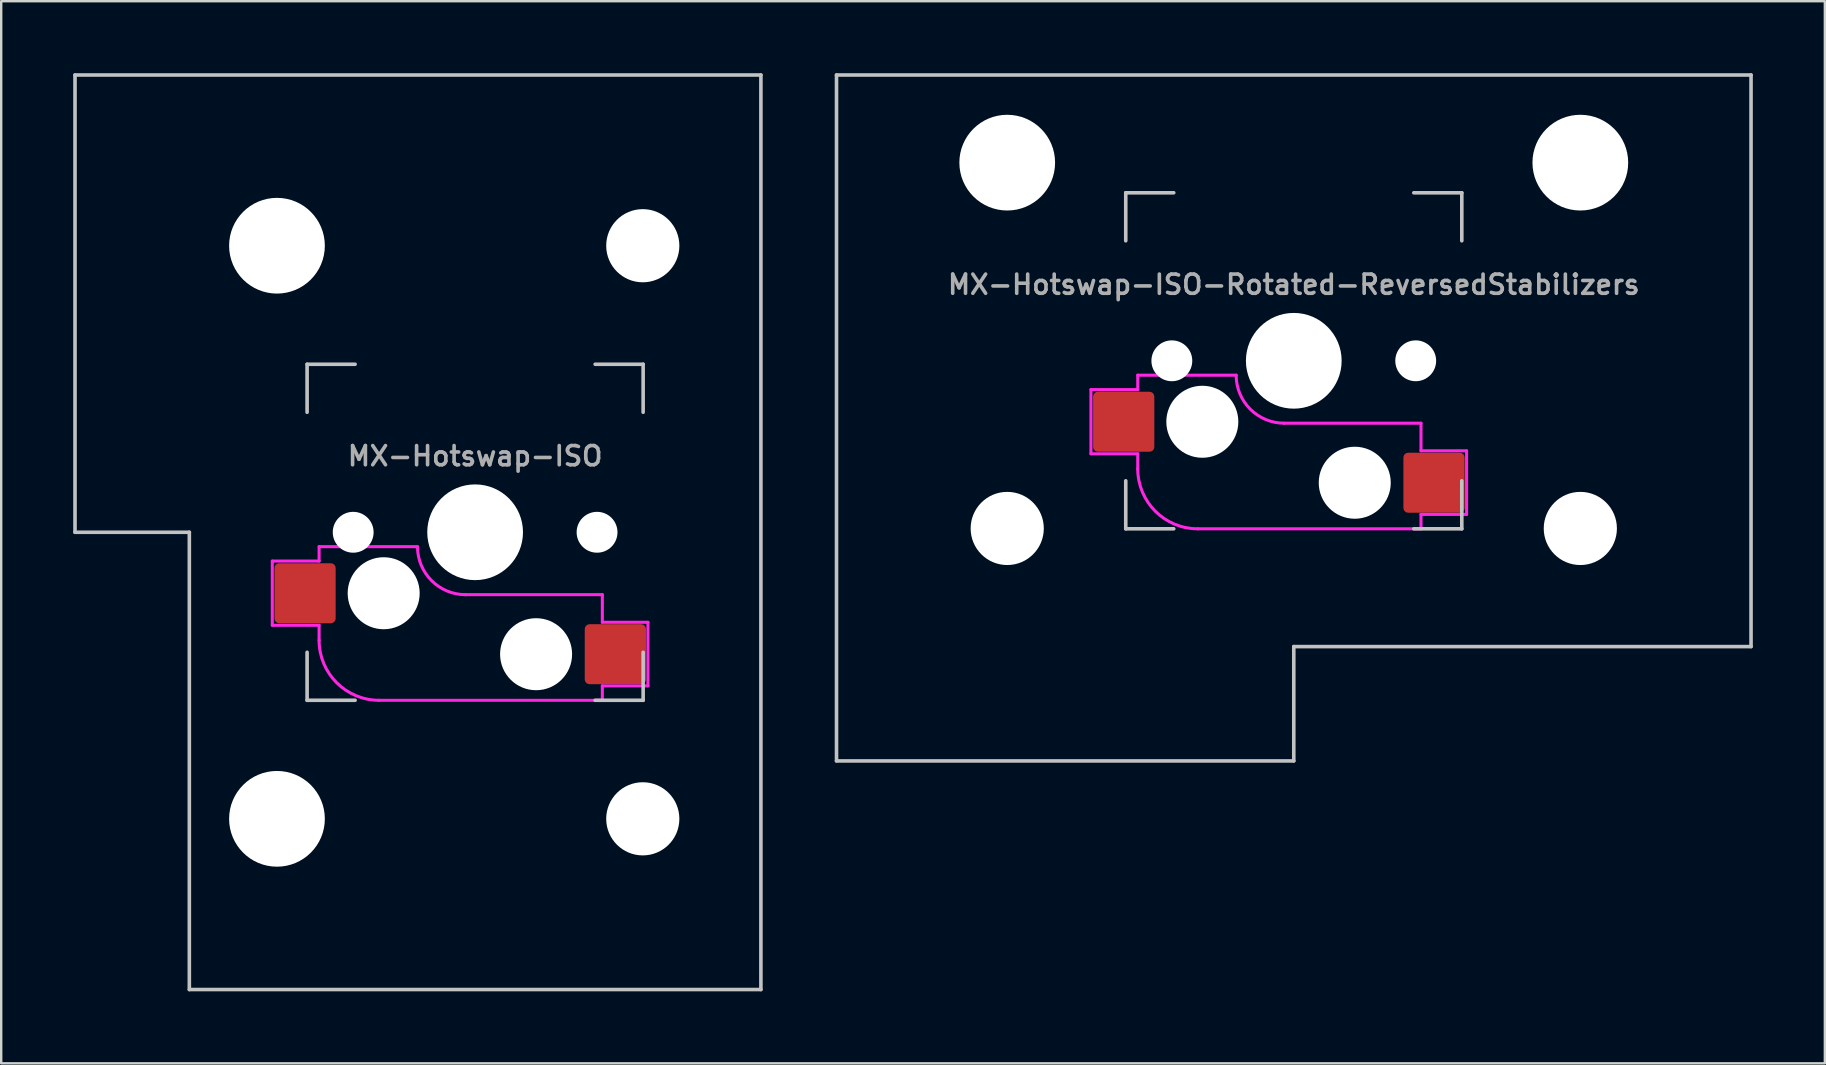
<source format=kicad_pcb>
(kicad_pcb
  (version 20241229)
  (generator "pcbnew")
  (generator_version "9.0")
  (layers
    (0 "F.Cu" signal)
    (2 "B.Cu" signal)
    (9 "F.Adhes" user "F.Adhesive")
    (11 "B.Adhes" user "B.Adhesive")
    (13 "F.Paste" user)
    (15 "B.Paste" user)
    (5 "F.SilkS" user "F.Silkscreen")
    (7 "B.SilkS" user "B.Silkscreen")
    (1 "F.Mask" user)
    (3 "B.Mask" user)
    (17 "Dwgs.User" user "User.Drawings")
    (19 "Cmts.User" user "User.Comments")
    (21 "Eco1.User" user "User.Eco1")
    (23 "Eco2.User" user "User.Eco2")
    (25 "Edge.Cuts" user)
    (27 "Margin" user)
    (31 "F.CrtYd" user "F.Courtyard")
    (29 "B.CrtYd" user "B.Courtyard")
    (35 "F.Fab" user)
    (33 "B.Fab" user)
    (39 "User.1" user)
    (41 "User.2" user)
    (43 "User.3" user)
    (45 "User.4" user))
  (footprint "MX-Hotswap-ISO"
    (layer "F.Cu")
    (at 16.744 19.125)
    (property "Reference" "MX-Hotswap-ISO" (at 0 -3.175 180) (layer "F.Fab") (effects (font (size 0.8 0.8) (thickness 0.15))))
    (attr smd)
    (fp_line (start -16.669 -19.05) (end -16.669 0) (stroke (width 0.15) (type solid)) (layer "Dwgs.User"))
    (fp_line (start -16.669 -19.05) (end 11.906 -19.05) (stroke (width 0.15) (type solid)) (layer "Dwgs.User"))
    (fp_line (start -11.906 0) (end -16.669 0) (stroke (width 0.15) (type solid)) (layer "Dwgs.User"))
    (fp_line (start -11.906 19.05) (end -11.906 0) (stroke (width 0.15) (type solid)) (layer "Dwgs.User"))
    (fp_line (start -11.906 19.05) (end 11.906 19.05) (stroke (width 0.15) (type solid)) (layer "Dwgs.User"))
    (fp_line (start -7 -7) (end -7 -5) (stroke (width 0.15) (type solid)) (layer "Dwgs.User"))
    (fp_line (start -7 5) (end -7 7) (stroke (width 0.15) (type solid)) (layer "Dwgs.User"))
    (fp_line (start -7 7) (end -5 7) (stroke (width 0.15) (type solid)) (layer "Dwgs.User"))
    (fp_line (start -5 -7) (end -7 -7) (stroke (width 0.15) (type solid)) (layer "Dwgs.User"))
    (fp_line (start 7 -7) (end 5 -7) (stroke (width 0.15) (type solid)) (layer "Dwgs.User"))
    (fp_line (start 7 -5) (end 7 -7) (stroke (width 0.15) (type solid)) (layer "Dwgs.User"))
    (fp_line (start 7 5) (end 7 7) (stroke (width 0.15) (type solid)) (layer "Dwgs.User"))
    (fp_line (start 7 7) (end 5 7) (stroke (width 0.15) (type solid)) (layer "Dwgs.User"))
    (fp_line (start 11.906 -19.05) (end 11.906 19.05) (stroke (width 0.15) (type solid)) (layer "Dwgs.User"))
    (fp_line (start -8.45 1.2) (end -8.45 3.875) (stroke (width 0.127) (type solid)) (layer "F.CrtYd"))
    (fp_line (start -8.45 3.875) (end -6.5 3.875) (stroke (width 0.127) (type solid)) (layer "F.CrtYd"))
    (fp_line (start -6.5 1.2) (end -8.45 1.2) (stroke (width 0.127) (type solid)) (layer "F.CrtYd"))
    (fp_line (start -6.5 1.2) (end -6.5 0.6) (stroke (width 0.127) (type solid)) (layer "F.CrtYd"))
    (fp_line (start -6.5 3.875) (end -6.5 4.5) (stroke (width 0.127) (type solid)) (layer "F.CrtYd"))
    (fp_line (start -4 7) (end 5.3 7) (stroke (width 0.127) (type solid)) (layer "F.CrtYd"))
    (fp_line (start -2.4 0.6) (end -6.5 0.6) (stroke (width 0.127) (type solid)) (layer "F.CrtYd"))
    (fp_line (start 5.3 2.6) (end -0.4 2.6) (stroke (width 0.127) (type solid)) (layer "F.CrtYd"))
    (fp_line (start 5.3 3.75) (end 5.3 2.6) (stroke (width 0.127) (type solid)) (layer "F.CrtYd"))
    (fp_line (start 5.3 3.75) (end 7.2 3.75) (stroke (width 0.127) (type solid)) (layer "F.CrtYd"))
    (fp_line (start 5.3 6.4) (end 5.3 7) (stroke (width 0.127) (type solid)) (layer "F.CrtYd"))
    (fp_line (start 7.2 3.75) (end 7.2 6.4) (stroke (width 0.127) (type solid)) (layer "F.CrtYd"))
    (fp_line (start 7.2 6.4) (end 5.3 6.4) (stroke (width 0.127) (type solid)) (layer "F.CrtYd"))
    (fp_arc (start -4 7) (mid -5.767767 6.267767) (end -6.5 4.5) (stroke (width 0.127) (type solid)) (layer "F.CrtYd"))
    (fp_arc (start -0.4 2.6) (mid -1.814214 2.014214) (end -2.4 0.6) (stroke (width 0.127) (type solid)) (layer "F.CrtYd"))
    (pad "" np_thru_hole circle (at -8.255 -11.938) (size 3.988 3.988) (drill 3.988) (layers "*.Cu" "*.Mask"))
    (pad "" np_thru_hole circle (at -8.255 11.938) (size 3.988 3.988) (drill 3.988) (layers "*.Cu" "*.Mask"))
    (pad "" np_thru_hole circle (at -5.08 0 131.901) (size 1.702 1.702) (drill 1.702) (layers "*.Cu" "*.Mask"))
    (pad "" np_thru_hole circle (at -3.81 2.54 180) (size 3 3) (drill 3) (layers "*.Cu" "*.Mask"))
    (pad "" np_thru_hole circle (at 0 0 180) (size 3.988 3.988) (drill 3.988) (layers "*.Cu" "*.Mask"))
    (pad "" np_thru_hole circle (at 2.54 5.08 180) (size 3 3) (drill 3) (layers "*.Cu" "*.Mask"))
    (pad "" np_thru_hole circle (at 5.08 0 131.901) (size 1.702 1.702) (drill 1.702) (layers "*.Cu" "*.Mask"))
    (pad "" np_thru_hole circle (at 6.985 -11.938) (size 3.048 3.048) (drill 3.048) (layers "*.Cu" "*.Mask"))
    (pad "" np_thru_hole circle (at 6.985 11.938) (size 3.048 3.048) (drill 3.048) (layers "*.Cu" "*.Mask"))
    (pad "1" smd roundrect (at -7.085 2.54 180) (size 2.55 2.5) (layers "F.Cu" "F.Mask" "F.Paste") (roundrect_rratio 0.08))
    (pad "2" smd roundrect (at 5.842 5.08 180) (size 2.55 2.5) (layers "F.Cu" "F.Mask" "F.Paste") (roundrect_rratio 0.08)))
  (footprint "MX-Hotswap-ISO-Rotated-ReversedStabilizers"
    (layer "F.Cu")
    (at 50.85 11.981)
    (property "Reference" "MX-Hotswap-ISO-Rotated-ReversedStabilizers" (at 0 -3.175 180) (layer "F.Fab") (effects (font (size 0.8 0.8) (thickness 0.15))))
    (attr smd)
    (fp_line (start -19.05 -11.906) (end 19.05 -11.906) (stroke (width 0.15) (type solid)) (layer "Dwgs.User"))
    (fp_line (start -19.05 16.669) (end -19.05 -11.906) (stroke (width 0.15) (type solid)) (layer "Dwgs.User"))
    (fp_line (start -19.05 16.669) (end 0 16.669) (stroke (width 0.15) (type solid)) (layer "Dwgs.User"))
    (fp_line (start -7 -7) (end -7 -5) (stroke (width 0.15) (type solid)) (layer "Dwgs.User"))
    (fp_line (start -7 5) (end -7 7) (stroke (width 0.15) (type solid)) (layer "Dwgs.User"))
    (fp_line (start -7 7) (end -5 7) (stroke (width 0.15) (type solid)) (layer "Dwgs.User"))
    (fp_line (start -5 -7) (end -7 -7) (stroke (width 0.15) (type solid)) (layer "Dwgs.User"))
    (fp_line (start 0 11.906) (end 0 16.669) (stroke (width 0.15) (type solid)) (layer "Dwgs.User"))
    (fp_line (start 7 -7) (end 5 -7) (stroke (width 0.15) (type solid)) (layer "Dwgs.User"))
    (fp_line (start 7 -5) (end 7 -7) (stroke (width 0.15) (type solid)) (layer "Dwgs.User"))
    (fp_line (start 7 5) (end 7 7) (stroke (width 0.15) (type solid)) (layer "Dwgs.User"))
    (fp_line (start 7 7) (end 5 7) (stroke (width 0.15) (type solid)) (layer "Dwgs.User"))
    (fp_line (start 19.05 11.906) (end 0 11.906) (stroke (width 0.15) (type solid)) (layer "Dwgs.User"))
    (fp_line (start 19.05 11.906) (end 19.05 -11.906) (stroke (width 0.15) (type solid)) (layer "Dwgs.User"))
    (fp_line (start -8.45 1.2) (end -8.45 3.875) (stroke (width 0.127) (type solid)) (layer "F.CrtYd"))
    (fp_line (start -8.45 3.875) (end -6.5 3.875) (stroke (width 0.127) (type solid)) (layer "F.CrtYd"))
    (fp_line (start -6.5 1.2) (end -8.45 1.2) (stroke (width 0.127) (type solid)) (layer "F.CrtYd"))
    (fp_line (start -6.5 1.2) (end -6.5 0.6) (stroke (width 0.127) (type solid)) (layer "F.CrtYd"))
    (fp_line (start -6.5 3.875) (end -6.5 4.5) (stroke (width 0.127) (type solid)) (layer "F.CrtYd"))
    (fp_line (start -4 7) (end 5.3 7) (stroke (width 0.127) (type solid)) (layer "F.CrtYd"))
    (fp_line (start -2.4 0.6) (end -6.5 0.6) (stroke (width 0.127) (type solid)) (layer "F.CrtYd"))
    (fp_line (start 5.3 2.6) (end -0.4 2.6) (stroke (width 0.127) (type solid)) (layer "F.CrtYd"))
    (fp_line (start 5.3 3.75) (end 5.3 2.6) (stroke (width 0.127) (type solid)) (layer "F.CrtYd"))
    (fp_line (start 5.3 3.75) (end 7.2 3.75) (stroke (width 0.127) (type solid)) (layer "F.CrtYd"))
    (fp_line (start 5.3 6.4) (end 5.3 7) (stroke (width 0.127) (type solid)) (layer "F.CrtYd"))
    (fp_line (start 7.2 3.75) (end 7.2 6.4) (stroke (width 0.127) (type solid)) (layer "F.CrtYd"))
    (fp_line (start 7.2 6.4) (end 5.3 6.4) (stroke (width 0.127) (type solid)) (layer "F.CrtYd"))
    (fp_arc (start -4 7) (mid -5.767767 6.267767) (end -6.5 4.5) (stroke (width 0.127) (type solid)) (layer "F.CrtYd"))
    (fp_arc (start -0.4 2.6) (mid -1.814214 2.014214) (end -2.4 0.6) (stroke (width 0.127) (type solid)) (layer "F.CrtYd"))
    (pad "" np_thru_hole circle (at -11.938 -8.255) (size 3.988 3.988) (drill 3.988) (layers "*.Cu" "*.Mask"))
    (pad "" np_thru_hole circle (at -11.938 6.985) (size 3.048 3.048) (drill 3.048) (layers "*.Cu" "*.Mask"))
    (pad "" np_thru_hole circle (at -5.08 0 131.901) (size 1.702 1.702) (drill 1.702) (layers "*.Cu" "*.Mask"))
    (pad "" np_thru_hole circle (at -3.81 2.54 180) (size 3 3) (drill 3) (layers "*.Cu" "*.Mask"))
    (pad "" np_thru_hole circle (at 0 0 180) (size 3.988 3.988) (drill 3.988) (layers "*.Cu" "*.Mask"))
    (pad "" np_thru_hole circle (at 2.54 5.08 180) (size 3 3) (drill 3) (layers "*.Cu" "*.Mask"))
    (pad "" np_thru_hole circle (at 5.08 0 131.901) (size 1.702 1.702) (drill 1.702) (layers "*.Cu" "*.Mask"))
    (pad "" np_thru_hole circle (at 11.938 -8.255) (size 3.988 3.988) (drill 3.988) (layers "*.Cu" "*.Mask"))
    (pad "" np_thru_hole circle (at 11.938 6.985) (size 3.048 3.048) (drill 3.048) (layers "*.Cu" "*.Mask"))
    (pad "1" smd roundrect (at -7.085 2.54 180) (size 2.55 2.5) (layers "F.Cu" "F.Mask" "F.Paste") (roundrect_rratio 0.08))
    (pad "2" smd roundrect (at 5.842 5.08 180) (size 2.55 2.5) (layers "F.Cu" "F.Mask" "F.Paste") (roundrect_rratio 0.08)))
  (gr_rect
    (start -3 -3)
    (end 72.975 41.25)
    (stroke (width 0.1) (type default))
    (fill no)
    (layer "Edge.Cuts")))
</source>
